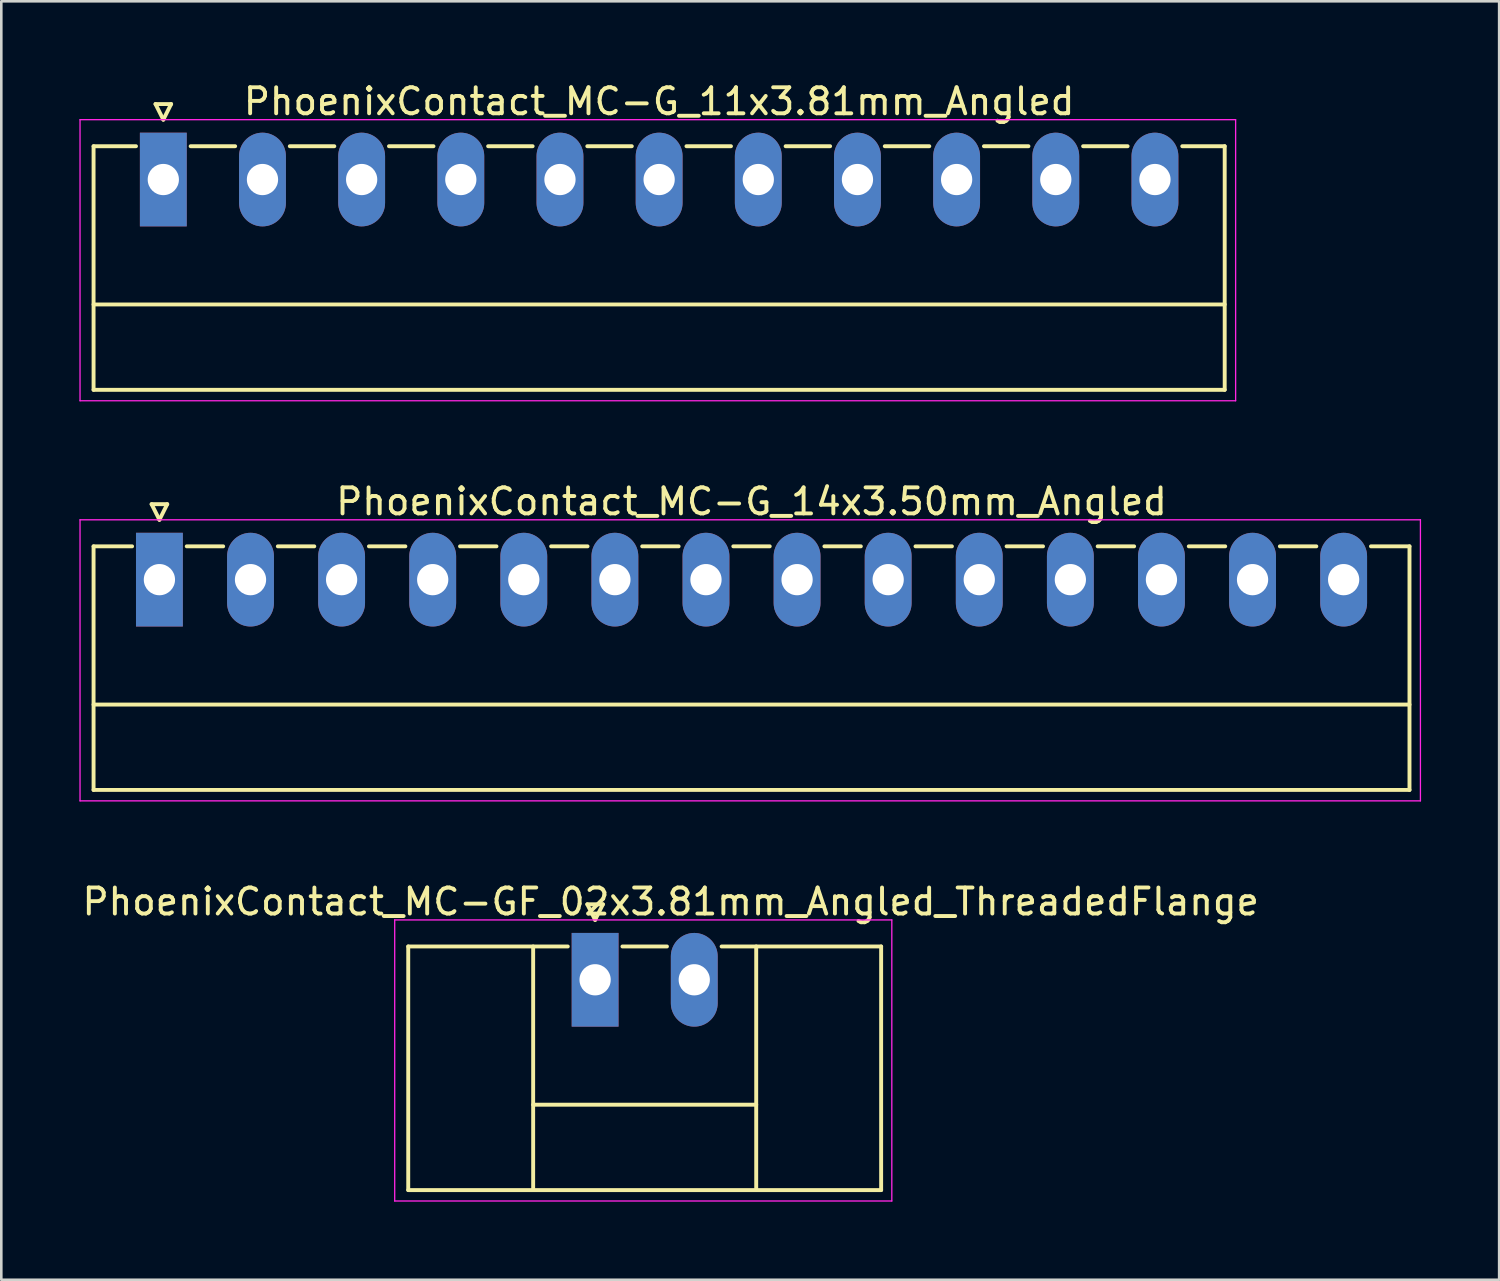
<source format=kicad_pcb>
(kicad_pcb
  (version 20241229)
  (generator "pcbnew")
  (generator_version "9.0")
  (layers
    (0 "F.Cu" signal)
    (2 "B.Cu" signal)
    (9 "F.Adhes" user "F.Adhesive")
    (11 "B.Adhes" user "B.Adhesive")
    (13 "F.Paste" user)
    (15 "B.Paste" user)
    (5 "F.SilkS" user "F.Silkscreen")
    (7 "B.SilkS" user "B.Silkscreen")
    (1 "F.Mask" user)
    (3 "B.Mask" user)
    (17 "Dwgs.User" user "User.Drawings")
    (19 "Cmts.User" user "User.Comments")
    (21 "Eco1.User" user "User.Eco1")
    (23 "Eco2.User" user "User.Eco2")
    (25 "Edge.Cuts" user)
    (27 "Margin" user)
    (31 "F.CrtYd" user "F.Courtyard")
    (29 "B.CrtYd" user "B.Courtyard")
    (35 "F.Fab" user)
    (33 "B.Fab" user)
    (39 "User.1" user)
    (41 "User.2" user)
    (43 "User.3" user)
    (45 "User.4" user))
  (footprint "PhoenixContact_MC-G_14x3.50mm_Angled"
    (layer "F.Cu")
    (at 3.075 19.221)
    (property "Reference" "PhoenixContact_MC-G_14x3.50mm_Angled" (at 22.75 -3 0) (layer "F.SilkS") (effects (font (size 1 1) (thickness 0.15))))
    (attr through_hole)
    (fp_line (start -2.53 -1.28) (end -2.53 8.08) (stroke (width 0.15) (type solid)) (layer "F.SilkS"))
    (fp_line (start -2.53 -1.28) (end -1.05 -1.28) (stroke (width 0.15) (type solid)) (layer "F.SilkS"))
    (fp_line (start -2.53 4.8) (end 48.03 4.8) (stroke (width 0.15) (type solid)) (layer "F.SilkS"))
    (fp_line (start -2.53 8.08) (end 48.03 8.08) (stroke (width 0.15) (type solid)) (layer "F.SilkS"))
    (fp_line (start -0.3 -2.9) (end 0 -2.3) (stroke (width 0.15) (type solid)) (layer "F.SilkS"))
    (fp_line (start 0 -2.3) (end 0.3 -2.9) (stroke (width 0.15) (type solid)) (layer "F.SilkS"))
    (fp_line (start 0.3 -2.9) (end -0.3 -2.9) (stroke (width 0.15) (type solid)) (layer "F.SilkS"))
    (fp_line (start 1.05 -1.28) (end 2.45 -1.28) (stroke (width 0.15) (type solid)) (layer "F.SilkS"))
    (fp_line (start 4.55 -1.28) (end 5.95 -1.28) (stroke (width 0.15) (type solid)) (layer "F.SilkS"))
    (fp_line (start 8.05 -1.28) (end 9.45 -1.28) (stroke (width 0.15) (type solid)) (layer "F.SilkS"))
    (fp_line (start 11.55 -1.28) (end 12.95 -1.28) (stroke (width 0.15) (type solid)) (layer "F.SilkS"))
    (fp_line (start 15.05 -1.28) (end 16.45 -1.28) (stroke (width 0.15) (type solid)) (layer "F.SilkS"))
    (fp_line (start 18.55 -1.28) (end 19.95 -1.28) (stroke (width 0.15) (type solid)) (layer "F.SilkS"))
    (fp_line (start 22.05 -1.28) (end 23.45 -1.28) (stroke (width 0.15) (type solid)) (layer "F.SilkS"))
    (fp_line (start 25.55 -1.28) (end 26.95 -1.28) (stroke (width 0.15) (type solid)) (layer "F.SilkS"))
    (fp_line (start 29.05 -1.28) (end 30.45 -1.28) (stroke (width 0.15) (type solid)) (layer "F.SilkS"))
    (fp_line (start 32.55 -1.28) (end 33.95 -1.28) (stroke (width 0.15) (type solid)) (layer "F.SilkS"))
    (fp_line (start 36.05 -1.28) (end 37.45 -1.28) (stroke (width 0.15) (type solid)) (layer "F.SilkS"))
    (fp_line (start 39.55 -1.28) (end 40.95 -1.28) (stroke (width 0.15) (type solid)) (layer "F.SilkS"))
    (fp_line (start 43.05 -1.28) (end 44.45 -1.28) (stroke (width 0.15) (type solid)) (layer "F.SilkS"))
    (fp_line (start 48.03 -1.28) (end 46.55 -1.28) (stroke (width 0.15) (type solid)) (layer "F.SilkS"))
    (fp_line (start 48.03 8.08) (end 48.03 -1.28) (stroke (width 0.15) (type solid)) (layer "F.SilkS"))
    (fp_line (start -3.05 -2.3) (end -3.05 8.5) (stroke (width 0.05) (type solid)) (layer "F.CrtYd"))
    (fp_line (start -3.05 8.5) (end 48.45 8.5) (stroke (width 0.05) (type solid)) (layer "F.CrtYd"))
    (fp_line (start 48.45 -2.3) (end -3.05 -2.3) (stroke (width 0.05) (type solid)) (layer "F.CrtYd"))
    (fp_line (start 48.45 8.5) (end 48.45 -2.3) (stroke (width 0.05) (type solid)) (layer "F.CrtYd"))
    (pad "1" thru_hole rect (at 0 0) (size 1.8 3.6) (drill 1.2) (layers "*.Cu" "*.Mask"))
    (pad "2" thru_hole oval (at 3.5 0) (size 1.8 3.6) (drill 1.2) (layers "*.Cu" "*.Mask"))
    (pad "3" thru_hole oval (at 7 0) (size 1.8 3.6) (drill 1.2) (layers "*.Cu" "*.Mask"))
    (pad "4" thru_hole oval (at 10.5 0) (size 1.8 3.6) (drill 1.2) (layers "*.Cu" "*.Mask"))
    (pad "5" thru_hole oval (at 14 0) (size 1.8 3.6) (drill 1.2) (layers "*.Cu" "*.Mask"))
    (pad "6" thru_hole oval (at 17.5 0) (size 1.8 3.6) (drill 1.2) (layers "*.Cu" "*.Mask"))
    (pad "7" thru_hole oval (at 21 0) (size 1.8 3.6) (drill 1.2) (layers "*.Cu" "*.Mask"))
    (pad "8" thru_hole oval (at 24.5 0) (size 1.8 3.6) (drill 1.2) (layers "*.Cu" "*.Mask"))
    (pad "9" thru_hole oval (at 28 0) (size 1.8 3.6) (drill 1.2) (layers "*.Cu" "*.Mask"))
    (pad "10" thru_hole oval (at 31.5 0) (size 1.8 3.6) (drill 1.2) (layers "*.Cu" "*.Mask"))
    (pad "11" thru_hole oval (at 35 0) (size 1.8 3.6) (drill 1.2) (layers "*.Cu" "*.Mask"))
    (pad "12" thru_hole oval (at 38.5 0) (size 1.8 3.6) (drill 1.2) (layers "*.Cu" "*.Mask"))
    (pad "13" thru_hole oval (at 42 0) (size 1.8 3.6) (drill 1.2) (layers "*.Cu" "*.Mask"))
    (pad "14" thru_hole oval (at 45.5 0) (size 1.8 3.6) (drill 1.2) (layers "*.Cu" "*.Mask")))
  (footprint "PhoenixContact_MC-G_11x3.81mm_Angled"
    (layer "F.Cu")
    (at 3.225 3.848)
    (property "Reference" "PhoenixContact_MC-G_11x3.81mm_Angled" (at 19.05 -3 0) (layer "F.SilkS") (effects (font (size 1 1) (thickness 0.15))))
    (attr through_hole)
    (fp_line (start -2.68 -1.28) (end -2.68 8.08) (stroke (width 0.15) (type solid)) (layer "F.SilkS"))
    (fp_line (start -2.68 -1.28) (end -1.05 -1.28) (stroke (width 0.15) (type solid)) (layer "F.SilkS"))
    (fp_line (start -2.68 4.8) (end 40.78 4.8) (stroke (width 0.15) (type solid)) (layer "F.SilkS"))
    (fp_line (start -2.68 8.08) (end 40.78 8.08) (stroke (width 0.15) (type solid)) (layer "F.SilkS"))
    (fp_line (start -0.3 -2.9) (end 0 -2.3) (stroke (width 0.15) (type solid)) (layer "F.SilkS"))
    (fp_line (start 0 -2.3) (end 0.3 -2.9) (stroke (width 0.15) (type solid)) (layer "F.SilkS"))
    (fp_line (start 0.3 -2.9) (end -0.3 -2.9) (stroke (width 0.15) (type solid)) (layer "F.SilkS"))
    (fp_line (start 1.05 -1.28) (end 2.76 -1.28) (stroke (width 0.15) (type solid)) (layer "F.SilkS"))
    (fp_line (start 4.86 -1.28) (end 6.57 -1.28) (stroke (width 0.15) (type solid)) (layer "F.SilkS"))
    (fp_line (start 8.67 -1.28) (end 10.38 -1.28) (stroke (width 0.15) (type solid)) (layer "F.SilkS"))
    (fp_line (start 12.48 -1.28) (end 14.19 -1.28) (stroke (width 0.15) (type solid)) (layer "F.SilkS"))
    (fp_line (start 16.29 -1.28) (end 18 -1.28) (stroke (width 0.15) (type solid)) (layer "F.SilkS"))
    (fp_line (start 20.1 -1.28) (end 21.81 -1.28) (stroke (width 0.15) (type solid)) (layer "F.SilkS"))
    (fp_line (start 23.91 -1.28) (end 25.62 -1.28) (stroke (width 0.15) (type solid)) (layer "F.SilkS"))
    (fp_line (start 27.72 -1.28) (end 29.43 -1.28) (stroke (width 0.15) (type solid)) (layer "F.SilkS"))
    (fp_line (start 31.53 -1.28) (end 33.24 -1.28) (stroke (width 0.15) (type solid)) (layer "F.SilkS"))
    (fp_line (start 35.34 -1.28) (end 37.05 -1.28) (stroke (width 0.15) (type solid)) (layer "F.SilkS"))
    (fp_line (start 40.78 -1.28) (end 39.15 -1.28) (stroke (width 0.15) (type solid)) (layer "F.SilkS"))
    (fp_line (start 40.78 8.08) (end 40.78 -1.28) (stroke (width 0.15) (type solid)) (layer "F.SilkS"))
    (fp_line (start -3.2 -2.3) (end -3.2 8.5) (stroke (width 0.05) (type solid)) (layer "F.CrtYd"))
    (fp_line (start -3.2 8.5) (end 41.2 8.5) (stroke (width 0.05) (type solid)) (layer "F.CrtYd"))
    (fp_line (start 41.2 -2.3) (end -3.2 -2.3) (stroke (width 0.05) (type solid)) (layer "F.CrtYd"))
    (fp_line (start 41.2 8.5) (end 41.2 -2.3) (stroke (width 0.05) (type solid)) (layer "F.CrtYd"))
    (pad "1" thru_hole rect (at 0 0) (size 1.8 3.6) (drill 1.2) (layers "*.Cu" "*.Mask"))
    (pad "2" thru_hole oval (at 3.81 0) (size 1.8 3.6) (drill 1.2) (layers "*.Cu" "*.Mask"))
    (pad "3" thru_hole oval (at 7.62 0) (size 1.8 3.6) (drill 1.2) (layers "*.Cu" "*.Mask"))
    (pad "4" thru_hole oval (at 11.43 0) (size 1.8 3.6) (drill 1.2) (layers "*.Cu" "*.Mask"))
    (pad "5" thru_hole oval (at 15.24 0) (size 1.8 3.6) (drill 1.2) (layers "*.Cu" "*.Mask"))
    (pad "6" thru_hole oval (at 19.05 0) (size 1.8 3.6) (drill 1.2) (layers "*.Cu" "*.Mask"))
    (pad "7" thru_hole oval (at 22.86 0) (size 1.8 3.6) (drill 1.2) (layers "*.Cu" "*.Mask"))
    (pad "8" thru_hole oval (at 26.67 0) (size 1.8 3.6) (drill 1.2) (layers "*.Cu" "*.Mask"))
    (pad "9" thru_hole oval (at 30.48 0) (size 1.8 3.6) (drill 1.2) (layers "*.Cu" "*.Mask"))
    (pad "10" thru_hole oval (at 34.29 0) (size 1.8 3.6) (drill 1.2) (layers "*.Cu" "*.Mask"))
    (pad "11" thru_hole oval (at 38.1 0) (size 1.8 3.6) (drill 1.2) (layers "*.Cu" "*.Mask")))
  (footprint "PhoenixContact_MC-GF_02x3.81mm_Angled_ThreadedFlange"
    (layer "F.Cu")
    (at 19.815 34.595)
    (property "Reference" "PhoenixContact_MC-GF_02x3.81mm_Angled_ThreadedFlange" (at 2.905 -3 0) (layer "F.SilkS") (effects (font (size 1 1) (thickness 0.15))))
    (attr through_hole)
    (fp_line (start -7.18 -1.28) (end -7.18 8.08) (stroke (width 0.15) (type solid)) (layer "F.SilkS"))
    (fp_line (start -7.18 -1.28) (end -1.05 -1.28) (stroke (width 0.15) (type solid)) (layer "F.SilkS"))
    (fp_line (start -7.18 8.08) (end 10.99 8.08) (stroke (width 0.15) (type solid)) (layer "F.SilkS"))
    (fp_line (start -2.38 -1.28) (end -2.38 8.08) (stroke (width 0.15) (type solid)) (layer "F.SilkS"))
    (fp_line (start -2.38 4.8) (end 6.19 4.8) (stroke (width 0.15) (type solid)) (layer "F.SilkS"))
    (fp_line (start -0.3 -2.9) (end 0 -2.3) (stroke (width 0.15) (type solid)) (layer "F.SilkS"))
    (fp_line (start 0 -2.3) (end 0.3 -2.9) (stroke (width 0.15) (type solid)) (layer "F.SilkS"))
    (fp_line (start 0.3 -2.9) (end -0.3 -2.9) (stroke (width 0.15) (type solid)) (layer "F.SilkS"))
    (fp_line (start 1.05 -1.28) (end 2.76 -1.28) (stroke (width 0.15) (type solid)) (layer "F.SilkS"))
    (fp_line (start 6.19 -1.28) (end 6.19 8.08) (stroke (width 0.15) (type solid)) (layer "F.SilkS"))
    (fp_line (start 10.99 -1.28) (end 4.86 -1.28) (stroke (width 0.15) (type solid)) (layer "F.SilkS"))
    (fp_line (start 10.99 8.08) (end 10.99 -1.28) (stroke (width 0.15) (type solid)) (layer "F.SilkS"))
    (fp_line (start -7.7 -2.3) (end -7.7 8.5) (stroke (width 0.05) (type solid)) (layer "F.CrtYd"))
    (fp_line (start -7.7 8.5) (end 11.4 8.5) (stroke (width 0.05) (type solid)) (layer "F.CrtYd"))
    (fp_line (start 11.4 -2.3) (end -7.7 -2.3) (stroke (width 0.05) (type solid)) (layer "F.CrtYd"))
    (fp_line (start 11.4 8.5) (end 11.4 -2.3) (stroke (width 0.05) (type solid)) (layer "F.CrtYd"))
    (pad "1" thru_hole rect (at 0 0) (size 1.8 3.6) (drill 1.2) (layers "*.Cu" "*.Mask"))
    (pad "2" thru_hole oval (at 3.81 0) (size 1.8 3.6) (drill 1.2) (layers "*.Cu" "*.Mask")))
  (gr_rect
    (start -3 -3)
    (end 54.55 46.12)
    (stroke (width 0.1) (type default))
    (fill no)
    (layer "Edge.Cuts")))
</source>
